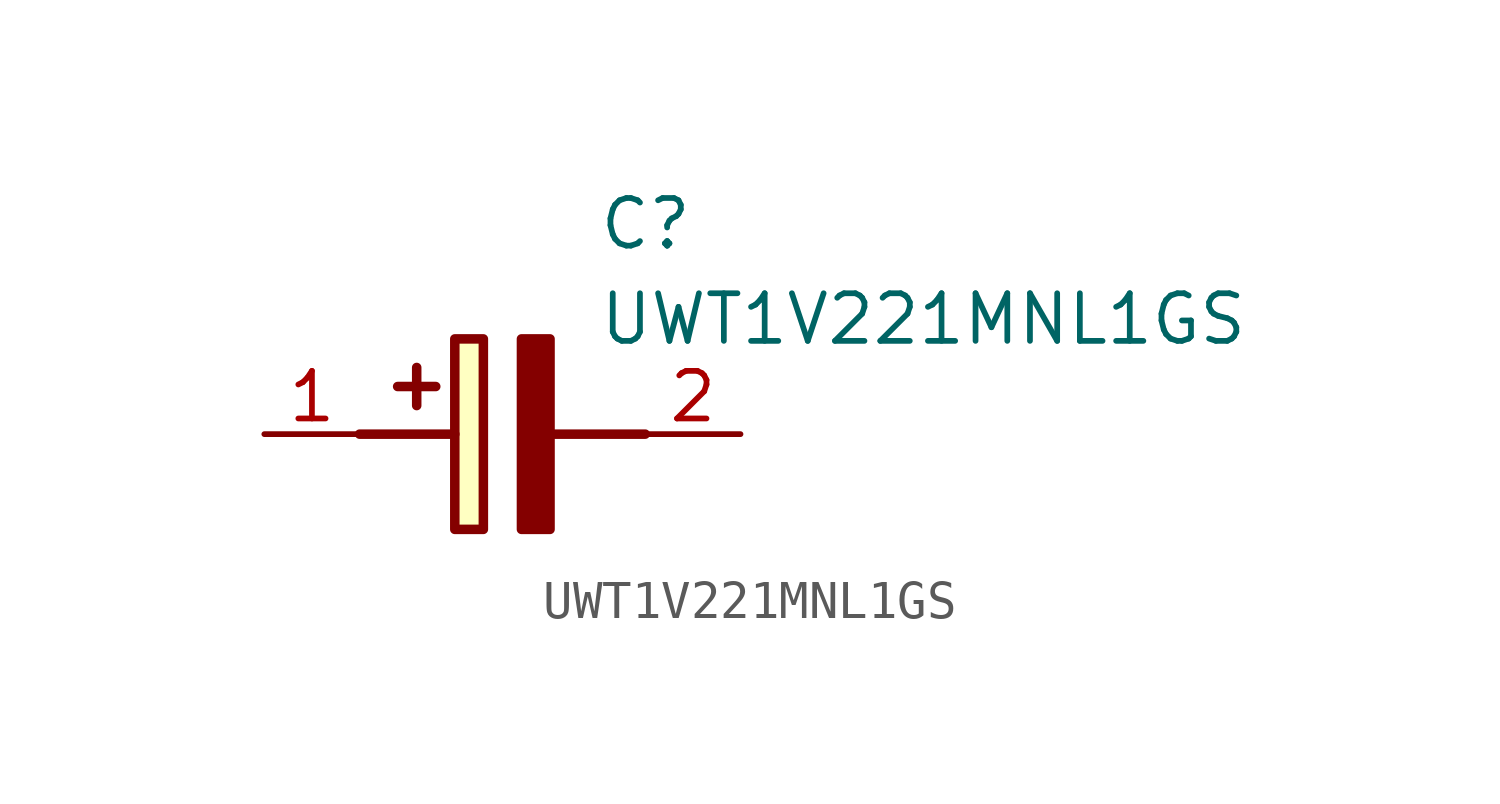
<source format=kicad_sym>
(kicad_symbol_lib
  (version 20211014)
  (generator SamacSys_ECAD_Model)
  (symbol "UWT1V221MNL1GS"
    (pin_names hide)
    (property "Reference" "C"
      (at 8.89 6.35 0)
      (effects (font (size 1.27 1.27)) (justify left top)))
    (property "Value" "UWT1V221MNL1GS"
      (at 8.89 3.81 0)
      (effects (font (size 1.27 1.27)) (justify left top)))
    (rectangle
      (start 5.08 2.54)
      (end 5.842 -2.54)
      (stroke (width 0.254) (type default))
      (fill (type background)))
    (polyline
      (pts (xy 4.572 1.27) (xy 3.556 1.27))
      (stroke (width 0.254) (type default))
      (fill (type none)))
    (polyline
      (pts (xy 4.064 1.778) (xy 4.064 0.762))
      (stroke (width 0.254) (type default))
      (fill (type none)))
    (polyline
      (pts (xy 2.54 0) (xy 5.08 0))
      (stroke (width 0.254) (type default))
      (fill (type none)))
    (polyline
      (pts (xy 7.62 0) (xy 10.16 0))
      (stroke (width 0.254) (type default))
      (fill (type none)))
    (polyline
      (pts (xy 7.62 2.54) (xy 7.62 -2.54) (xy 6.858 -2.54) (xy 6.858 2.54) (xy 7.62 2.54))
      (stroke (width 0.254) (type default))
      (fill (type outline)))
    (pin passive line
      (at 0 0 0)
      (length 2.54)
      (name "+" (effects (font (size 1.27 1.27))))
      (number "1" (effects (font (size 1.27 1.27)))))
    (pin passive line
      (at 12.7 0 180)
      (length 2.54)
      (name "-" (effects (font (size 1.27 1.27))))
      (number "2" (effects (font (size 1.27 1.27)))))))
</source>
